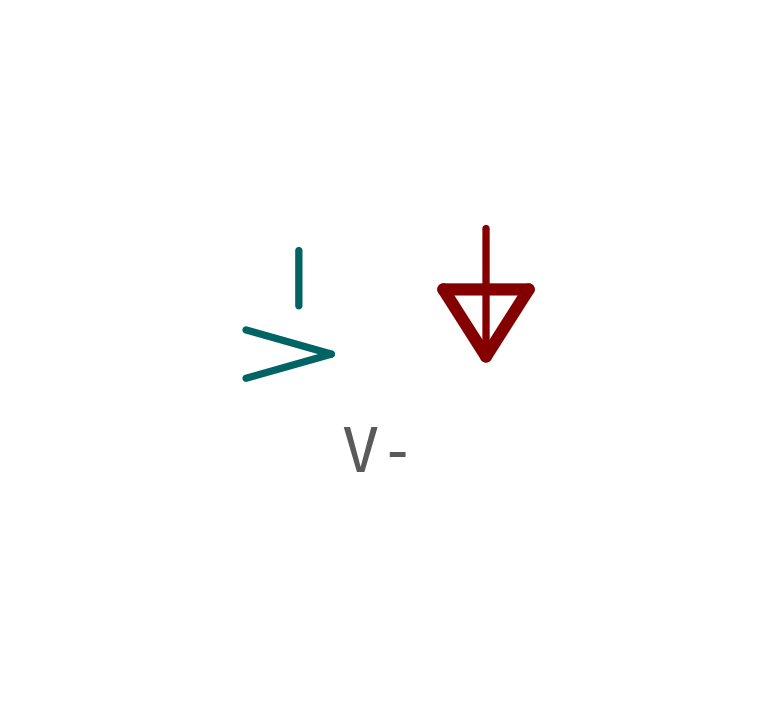
<source format=kicad_sym>
(kicad_symbol_lib
  (version 20220914)
  (generator kicad_symbol_editor)
  (symbol "V-"
    (power)
    (property "Reference" "#P-"
      (at 0 0 0)
      (effects (font (size 1.27 1.27)) hide))
    (property "Value" "V-"
      (at -5.08 2.54 90)
      (effects (font (size 1.778 1.511)) (justify right top)))
    (property "ki_locked" ""
      (at 0 0 0)
      (effects (font (size 1.27 1.27))))
    (symbol "V-_1_0"
      (polyline (pts (xy -0.889 1.27) (xy 0 -0.127)) (stroke (width 0.254) (type solid)) (fill (type none)))
      (polyline (pts (xy -0.889 1.27) (xy 0.889 1.27)) (stroke (width 0.254) (type solid)) (fill (type none)))
      (polyline (pts (xy 0 -0.127) (xy 0.889 1.27)) (stroke (width 0.254) (type solid)) (fill (type none)))
      (pin power_in line (at 0 2.54 270) (length 2.54) (name "V-" (effects (font (size 0 0)))) (number "1" (effects (font (size 0 0))))))))
</source>
